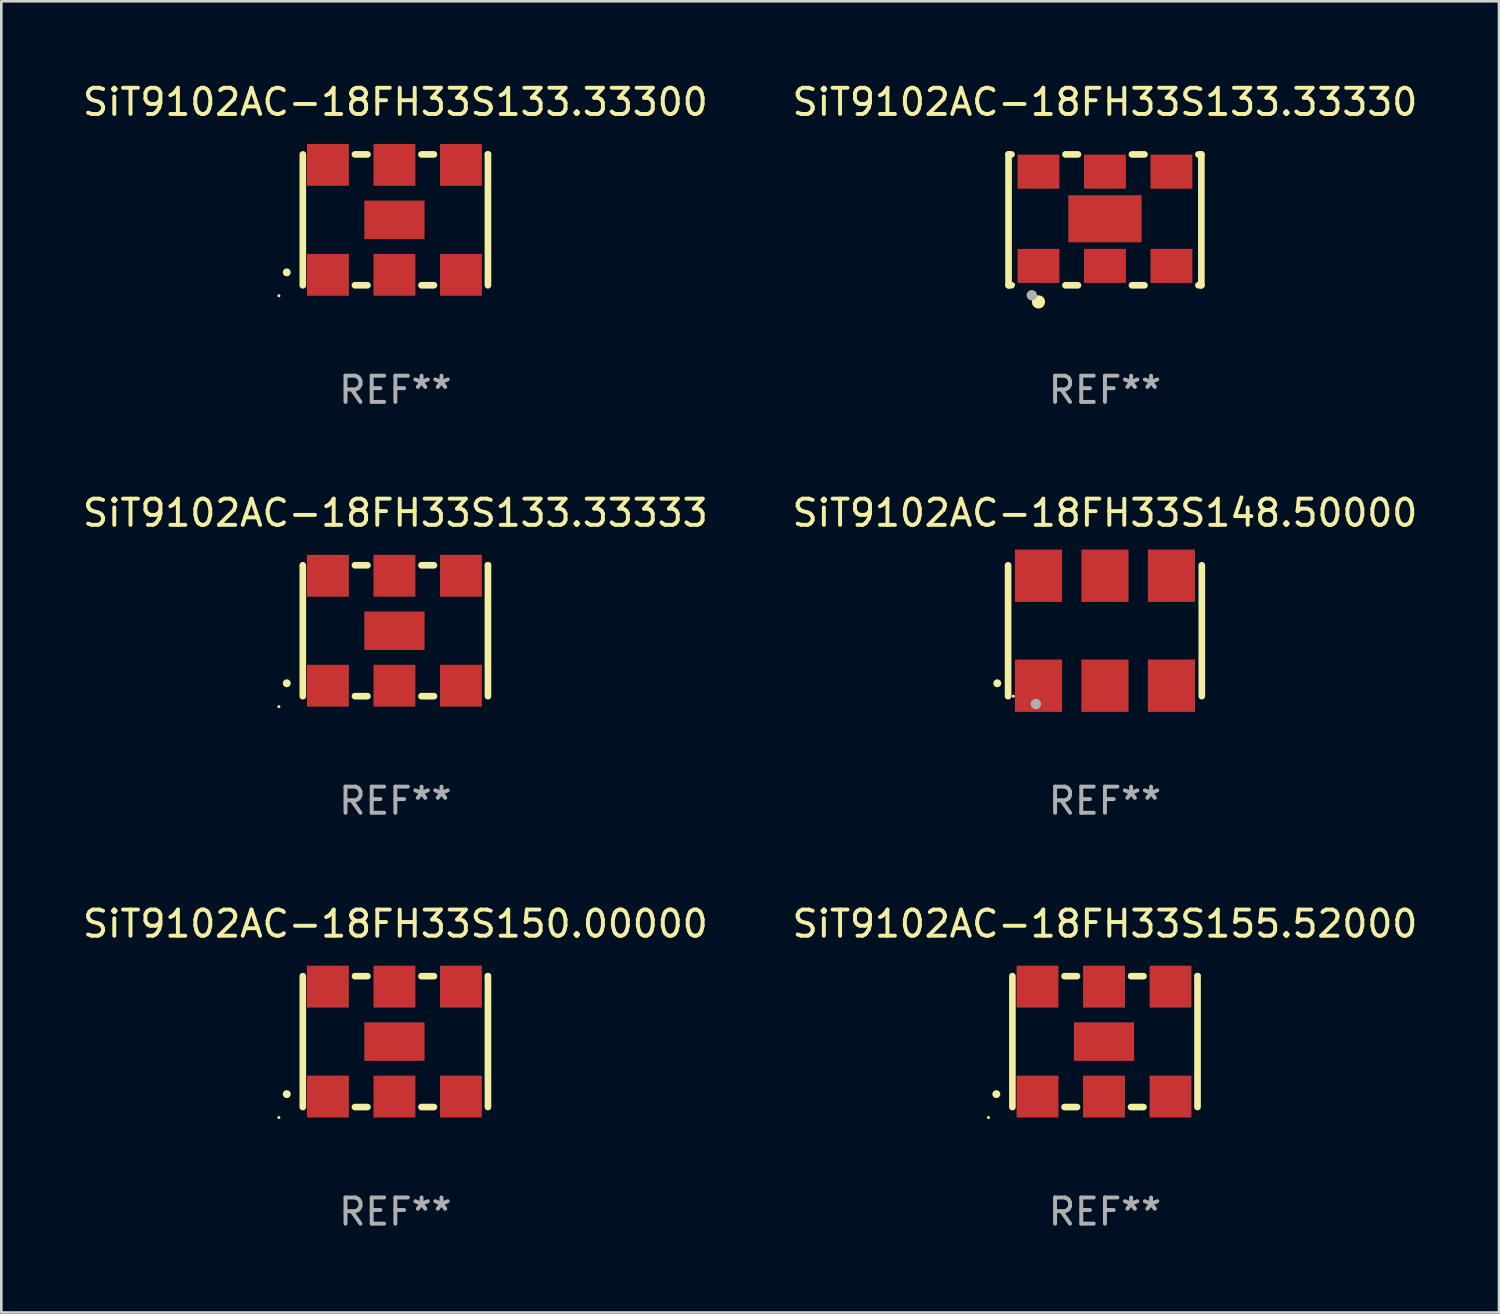
<source format=kicad_pcb>
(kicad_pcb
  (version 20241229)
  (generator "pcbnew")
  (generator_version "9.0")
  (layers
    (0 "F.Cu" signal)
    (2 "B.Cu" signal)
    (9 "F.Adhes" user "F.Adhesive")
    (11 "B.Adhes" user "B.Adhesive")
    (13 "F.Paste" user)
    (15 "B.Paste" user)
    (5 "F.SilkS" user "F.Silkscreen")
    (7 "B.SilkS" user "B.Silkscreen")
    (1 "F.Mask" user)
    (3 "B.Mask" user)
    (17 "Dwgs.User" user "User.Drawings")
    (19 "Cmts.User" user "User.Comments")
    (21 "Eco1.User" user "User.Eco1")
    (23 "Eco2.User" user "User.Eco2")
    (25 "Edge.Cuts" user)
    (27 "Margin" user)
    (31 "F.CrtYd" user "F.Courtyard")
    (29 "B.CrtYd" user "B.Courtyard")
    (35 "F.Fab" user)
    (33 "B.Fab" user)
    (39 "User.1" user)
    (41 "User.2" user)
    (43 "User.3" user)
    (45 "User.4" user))
  (footprint "SiT9102AC-18FH33S133.33330"
    (layer "F.Cu")
    (at 39.161 5.348)
    (property "Reference" "SiT9102AC-18FH33S133.33330" (at 0 -4.5 0) (layer "F.SilkS") (effects (font (size 1 1) (thickness 0.15))))
    (attr through_hole)
    (fp_line (start -3.683 -2.5) (end -3.571 -2.5) (stroke (width 0.254) (type solid)) (layer "F.SilkS"))
    (fp_line (start -3.683 2.5) (end -3.683 -2.5) (stroke (width 0.254) (type solid)) (layer "F.SilkS"))
    (fp_line (start -3.683 2.5) (end -3.571 2.5) (stroke (width 0.254) (type solid)) (layer "F.SilkS"))
    (fp_line (start -1.509 -2.5) (end -1.031 -2.5) (stroke (width 0.254) (type solid)) (layer "F.SilkS"))
    (fp_line (start -1.509 2.5) (end -1.031 2.5) (stroke (width 0.254) (type solid)) (layer "F.SilkS"))
    (fp_line (start 1.031 -2.5) (end 1.509 -2.5) (stroke (width 0.254) (type solid)) (layer "F.SilkS"))
    (fp_line (start 1.031 2.5) (end 1.509 2.5) (stroke (width 0.254) (type solid)) (layer "F.SilkS"))
    (fp_line (start 3.571 -2.5) (end 3.683 -2.5) (stroke (width 0.254) (type solid)) (layer "F.SilkS"))
    (fp_line (start 3.571 2.5) (end 3.683 2.5) (stroke (width 0.254) (type solid)) (layer "F.SilkS"))
    (fp_line (start 3.683 2.5) (end 3.683 -2.5) (stroke (width 0.254) (type solid)) (layer "F.SilkS"))
    (fp_circle (center -3.5 2.46) (end -3.47 2.46) (stroke (width 0.06) (type solid)) (fill no) (layer "F.SilkS"))
    (fp_circle (center -2.54 3.135) (end -2.413 3.135) (stroke (width 0.254) (type solid)) (fill no) (layer "F.SilkS"))
    (fp_circle (center -2.794 2.881) (end -2.694 2.881) (stroke (width 0.2) (type solid)) (fill no) (layer "F.Fab"))
    (fp_text user "REF**" (at 0 6.5 0) (layer "F.Fab") (effects (font (size 1 1) (thickness 0.15))))
    (pad "1" smd rect (at -2.54 1.76) (size 1.6 1.3) (layers "F.Cu" "F.Mask" "F.Paste"))
    (pad "2" smd rect (at 0 1.76) (size 1.6 1.3) (layers "F.Cu" "F.Mask" "F.Paste"))
    (pad "3" smd rect (at 2.54 1.76) (size 1.6 1.3) (layers "F.Cu" "F.Mask" "F.Paste"))
    (pad "4" smd rect (at 2.54 -1.84) (size 1.6 1.3) (layers "F.Cu" "F.Mask" "F.Paste"))
    (pad "5" smd rect (at 0 -1.84) (size 1.6 1.3) (layers "F.Cu" "F.Mask" "F.Paste"))
    (pad "6" smd rect (at -2.54 -1.84) (size 1.6 1.3) (layers "F.Cu" "F.Mask" "F.Paste"))
    (pad "7" smd rect (at 0 -0.04) (size 2.8 1.8) (layers "F.Cu" "F.Mask" "F.Paste")))
  (footprint "SiT9102AC-18FH33S155.52000"
    (layer "F.Cu")
    (at 39.161 36.741)
    (property "Reference" "SiT9102AC-18FH33S155.52000" (at 0 -4.5 0) (layer "F.SilkS") (effects (font (size 1 1) (thickness 0.15))))
    (attr through_hole)
    (fp_line (start -3.536 -2.5) (end -3.536 2.5) (stroke (width 0.254) (type solid)) (layer "F.SilkS"))
    (fp_line (start -1.544 2.5) (end -1.067 2.5) (stroke (width 0.254) (type solid)) (layer "F.SilkS"))
    (fp_line (start -1.067 -2.5) (end -1.544 -2.5) (stroke (width 0.254) (type solid)) (layer "F.SilkS"))
    (fp_line (start 0.996 2.5) (end 1.473 2.5) (stroke (width 0.254) (type solid)) (layer "F.SilkS"))
    (fp_line (start 1.473 -2.5) (end 0.996 -2.5) (stroke (width 0.254) (type solid)) (layer "F.SilkS"))
    (fp_line (start 3.536 -2.5) (end 3.536 -2.5) (stroke (width 0.254) (type solid)) (layer "F.SilkS"))
    (fp_line (start 3.536 2.5) (end 3.536 -2.5) (stroke (width 0.254) (type solid)) (layer "F.SilkS"))
    (fp_arc (start -4.150432 2.006604) (mid -4.149162 2.006599) (end -4.147892 2.006604) (stroke (width 0.3) (type solid)) (layer "F.SilkS"))
    (fp_circle (center -4.449 2.9) (end -4.419 2.9) (stroke (width 0.06) (type solid)) (fill no) (layer "F.SilkS"))
    (fp_text user "REF**" (at 0 6.5 0) (layer "F.Fab") (effects (font (size 1 1) (thickness 0.15))))
    (pad "1" smd rect (at -2.576 2.1) (size 1.6 1.6) (layers "F.Cu" "F.Mask" "F.Paste"))
    (pad "2" smd rect (at -0.036 2.1) (size 1.6 1.6) (layers "F.Cu" "F.Mask" "F.Paste"))
    (pad "3" smd rect (at 2.504 2.1) (size 1.6 1.6) (layers "F.Cu" "F.Mask" "F.Paste"))
    (pad "4" smd rect (at 2.504 -2.1) (size 1.6 1.6) (layers "F.Cu" "F.Mask" "F.Paste"))
    (pad "5" smd rect (at -0.036 -2.1) (size 1.6 1.6) (layers "F.Cu" "F.Mask" "F.Paste"))
    (pad "6" smd rect (at -2.576 -2.1) (size 1.6 1.6) (layers "F.Cu" "F.Mask" "F.Paste"))
    (pad "7" smd rect (at -0.036 0) (size 2.3 1.47) (layers "F.Cu" "F.Mask" "F.Paste")))
  (footprint "SiT9102AC-18FH33S148.50000"
    (layer "F.Cu")
    (at 39.161 21.045)
    (property "Reference" "SiT9102AC-18FH33S148.50000" (at 0 -4.5 0) (layer "F.SilkS") (effects (font (size 1 1) (thickness 0.15))))
    (attr through_hole)
    (fp_line (start -3.7 -2.5) (end -3.7 2.5) (stroke (width 0.254) (type solid)) (layer "F.SilkS"))
    (fp_line (start 3.7 -2.5) (end 3.7 2.5) (stroke (width 0.254) (type solid)) (layer "F.SilkS"))
    (fp_arc (start -4.114415 2.006604) (mid -4.113145 2.006599) (end -4.111875 2.006604) (stroke (width 0.3) (type solid)) (layer "F.SilkS"))
    (fp_circle (center -3.5 2.501) (end -3.47 2.501) (stroke (width 0.06) (type solid)) (fill no) (layer "F.SilkS"))
    (fp_circle (center -2.641 2.799) (end -2.541 2.799) (stroke (width 0.2) (type solid)) (fill no) (layer "F.Fab"))
    (fp_text user "REF**" (at 0 6.5 0) (layer "F.Fab") (effects (font (size 1 1) (thickness 0.15))))
    (pad "1" smd rect (at -2.54 2.1) (size 1.8 2) (layers "F.Cu" "F.Mask" "F.Paste"))
    (pad "2" smd rect (at 0.000394 2.1) (size 1.8 2) (layers "F.Cu" "F.Mask" "F.Paste"))
    (pad "3" smd rect (at 2.54 2.1) (size 1.8 2) (layers "F.Cu" "F.Mask" "F.Paste"))
    (pad "4" smd rect (at 2.54 -2.1) (size 1.8 2) (layers "F.Cu" "F.Mask" "F.Paste"))
    (pad "5" smd rect (at 0.000394 -2.1) (size 1.8 2) (layers "F.Cu" "F.Mask" "F.Paste"))
    (pad "6" smd rect (at -2.54 -2.1) (size 1.8 2) (layers "F.Cu" "F.Mask" "F.Paste")))
  (footprint "SiT9102AC-18FH33S150.00000"
    (layer "F.Cu")
    (at 12.054 36.741)
    (property "Reference" "SiT9102AC-18FH33S150.00000" (at 0 -4.5 0) (layer "F.SilkS") (effects (font (size 1 1) (thickness 0.15))))
    (attr through_hole)
    (fp_line (start -3.536 -2.5) (end -3.536 2.5) (stroke (width 0.254) (type solid)) (layer "F.SilkS"))
    (fp_line (start -1.544 2.5) (end -1.067 2.5) (stroke (width 0.254) (type solid)) (layer "F.SilkS"))
    (fp_line (start -1.067 -2.5) (end -1.544 -2.5) (stroke (width 0.254) (type solid)) (layer "F.SilkS"))
    (fp_line (start 0.996 2.5) (end 1.473 2.5) (stroke (width 0.254) (type solid)) (layer "F.SilkS"))
    (fp_line (start 1.473 -2.5) (end 0.996 -2.5) (stroke (width 0.254) (type solid)) (layer "F.SilkS"))
    (fp_line (start 3.536 -2.5) (end 3.536 -2.5) (stroke (width 0.254) (type solid)) (layer "F.SilkS"))
    (fp_line (start 3.536 2.5) (end 3.536 -2.5) (stroke (width 0.254) (type solid)) (layer "F.SilkS"))
    (fp_arc (start -4.150432 2.006604) (mid -4.149162 2.006599) (end -4.147892 2.006604) (stroke (width 0.3) (type solid)) (layer "F.SilkS"))
    (fp_circle (center -4.449 2.9) (end -4.419 2.9) (stroke (width 0.06) (type solid)) (fill no) (layer "F.SilkS"))
    (fp_text user "REF**" (at 0 6.5 0) (layer "F.Fab") (effects (font (size 1 1) (thickness 0.15))))
    (pad "1" smd rect (at -2.576 2.1) (size 1.6 1.6) (layers "F.Cu" "F.Mask" "F.Paste"))
    (pad "2" smd rect (at -0.036 2.1) (size 1.6 1.6) (layers "F.Cu" "F.Mask" "F.Paste"))
    (pad "3" smd rect (at 2.504 2.1) (size 1.6 1.6) (layers "F.Cu" "F.Mask" "F.Paste"))
    (pad "4" smd rect (at 2.504 -2.1) (size 1.6 1.6) (layers "F.Cu" "F.Mask" "F.Paste"))
    (pad "5" smd rect (at -0.036 -2.1) (size 1.6 1.6) (layers "F.Cu" "F.Mask" "F.Paste"))
    (pad "6" smd rect (at -2.576 -2.1) (size 1.6 1.6) (layers "F.Cu" "F.Mask" "F.Paste"))
    (pad "7" smd rect (at -0.036 0) (size 2.3 1.47) (layers "F.Cu" "F.Mask" "F.Paste")))
  (footprint "SiT9102AC-18FH33S133.33300"
    (layer "F.Cu")
    (at 12.054 5.348)
    (property "Reference" "SiT9102AC-18FH33S133.33300" (at 0 -4.5 0) (layer "F.SilkS") (effects (font (size 1 1) (thickness 0.15))))
    (attr through_hole)
    (fp_line (start -3.536 -2.5) (end -3.536 2.5) (stroke (width 0.254) (type solid)) (layer "F.SilkS"))
    (fp_line (start -1.544 2.5) (end -1.067 2.5) (stroke (width 0.254) (type solid)) (layer "F.SilkS"))
    (fp_line (start -1.067 -2.5) (end -1.544 -2.5) (stroke (width 0.254) (type solid)) (layer "F.SilkS"))
    (fp_line (start 0.996 2.5) (end 1.473 2.5) (stroke (width 0.254) (type solid)) (layer "F.SilkS"))
    (fp_line (start 1.473 -2.5) (end 0.996 -2.5) (stroke (width 0.254) (type solid)) (layer "F.SilkS"))
    (fp_line (start 3.536 -2.5) (end 3.536 -2.5) (stroke (width 0.254) (type solid)) (layer "F.SilkS"))
    (fp_line (start 3.536 2.5) (end 3.536 -2.5) (stroke (width 0.254) (type solid)) (layer "F.SilkS"))
    (fp_arc (start -4.150432 2.006604) (mid -4.149162 2.006599) (end -4.147892 2.006604) (stroke (width 0.3) (type solid)) (layer "F.SilkS"))
    (fp_circle (center -4.449 2.9) (end -4.419 2.9) (stroke (width 0.06) (type solid)) (fill no) (layer "F.SilkS"))
    (fp_text user "REF**" (at 0 6.5 0) (layer "F.Fab") (effects (font (size 1 1) (thickness 0.15))))
    (pad "1" smd rect (at -2.576 2.1) (size 1.6 1.6) (layers "F.Cu" "F.Mask" "F.Paste"))
    (pad "2" smd rect (at -0.036 2.1) (size 1.6 1.6) (layers "F.Cu" "F.Mask" "F.Paste"))
    (pad "3" smd rect (at 2.504 2.1) (size 1.6 1.6) (layers "F.Cu" "F.Mask" "F.Paste"))
    (pad "4" smd rect (at 2.504 -2.1) (size 1.6 1.6) (layers "F.Cu" "F.Mask" "F.Paste"))
    (pad "5" smd rect (at -0.036 -2.1) (size 1.6 1.6) (layers "F.Cu" "F.Mask" "F.Paste"))
    (pad "6" smd rect (at -2.576 -2.1) (size 1.6 1.6) (layers "F.Cu" "F.Mask" "F.Paste"))
    (pad "7" smd rect (at -0.036 0) (size 2.3 1.47) (layers "F.Cu" "F.Mask" "F.Paste")))
  (footprint "SiT9102AC-18FH33S133.33333"
    (layer "F.Cu")
    (at 12.054 21.045)
    (property "Reference" "SiT9102AC-18FH33S133.33333" (at 0 -4.5 0) (layer "F.SilkS") (effects (font (size 1 1) (thickness 0.15))))
    (attr through_hole)
    (fp_line (start -3.536 -2.5) (end -3.536 2.5) (stroke (width 0.254) (type solid)) (layer "F.SilkS"))
    (fp_line (start -1.544 2.5) (end -1.067 2.5) (stroke (width 0.254) (type solid)) (layer "F.SilkS"))
    (fp_line (start -1.067 -2.5) (end -1.544 -2.5) (stroke (width 0.254) (type solid)) (layer "F.SilkS"))
    (fp_line (start 0.996 2.5) (end 1.473 2.5) (stroke (width 0.254) (type solid)) (layer "F.SilkS"))
    (fp_line (start 1.473 -2.5) (end 0.996 -2.5) (stroke (width 0.254) (type solid)) (layer "F.SilkS"))
    (fp_line (start 3.536 -2.5) (end 3.536 -2.5) (stroke (width 0.254) (type solid)) (layer "F.SilkS"))
    (fp_line (start 3.536 2.5) (end 3.536 -2.5) (stroke (width 0.254) (type solid)) (layer "F.SilkS"))
    (fp_arc (start -4.150432 2.006604) (mid -4.149162 2.006599) (end -4.147892 2.006604) (stroke (width 0.3) (type solid)) (layer "F.SilkS"))
    (fp_circle (center -4.449 2.9) (end -4.419 2.9) (stroke (width 0.06) (type solid)) (fill no) (layer "F.SilkS"))
    (fp_text user "REF**" (at 0 6.5 0) (layer "F.Fab") (effects (font (size 1 1) (thickness 0.15))))
    (pad "1" smd rect (at -2.576 2.1) (size 1.6 1.6) (layers "F.Cu" "F.Mask" "F.Paste"))
    (pad "2" smd rect (at -0.036 2.1) (size 1.6 1.6) (layers "F.Cu" "F.Mask" "F.Paste"))
    (pad "3" smd rect (at 2.504 2.1) (size 1.6 1.6) (layers "F.Cu" "F.Mask" "F.Paste"))
    (pad "4" smd rect (at 2.504 -2.1) (size 1.6 1.6) (layers "F.Cu" "F.Mask" "F.Paste"))
    (pad "5" smd rect (at -0.036 -2.1) (size 1.6 1.6) (layers "F.Cu" "F.Mask" "F.Paste"))
    (pad "6" smd rect (at -2.576 -2.1) (size 1.6 1.6) (layers "F.Cu" "F.Mask" "F.Paste"))
    (pad "7" smd rect (at -0.036 0) (size 2.3 1.47) (layers "F.Cu" "F.Mask" "F.Paste")))
  (gr_rect
    (start -3 -3)
    (end 54.214 47.09)
    (stroke (width 0.1) (type default))
    (fill no)
    (layer "Edge.Cuts")))
</source>
